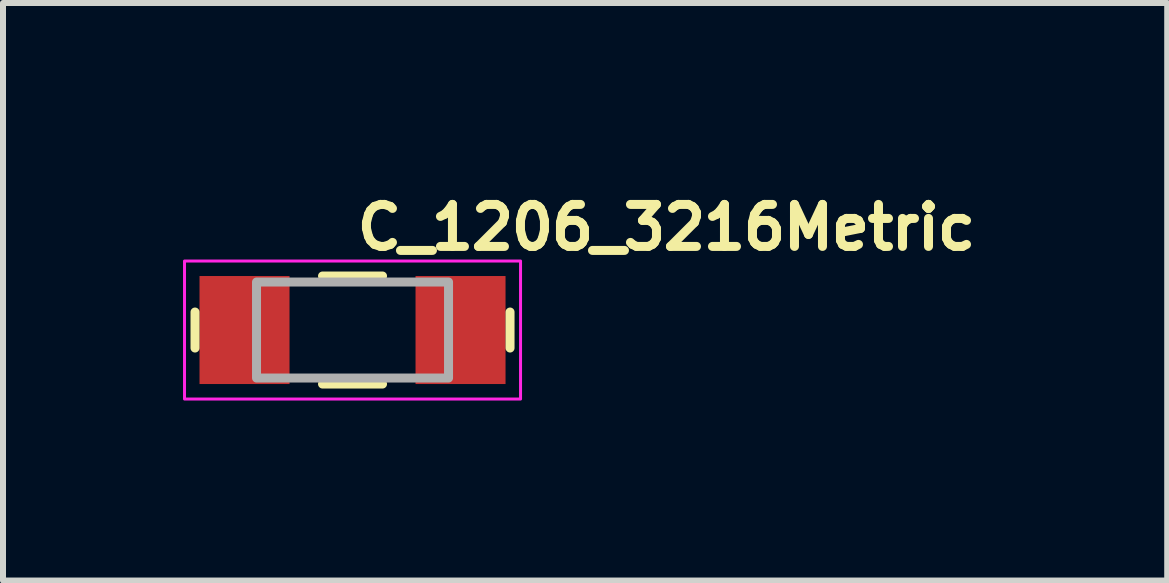
<source format=kicad_pcb>
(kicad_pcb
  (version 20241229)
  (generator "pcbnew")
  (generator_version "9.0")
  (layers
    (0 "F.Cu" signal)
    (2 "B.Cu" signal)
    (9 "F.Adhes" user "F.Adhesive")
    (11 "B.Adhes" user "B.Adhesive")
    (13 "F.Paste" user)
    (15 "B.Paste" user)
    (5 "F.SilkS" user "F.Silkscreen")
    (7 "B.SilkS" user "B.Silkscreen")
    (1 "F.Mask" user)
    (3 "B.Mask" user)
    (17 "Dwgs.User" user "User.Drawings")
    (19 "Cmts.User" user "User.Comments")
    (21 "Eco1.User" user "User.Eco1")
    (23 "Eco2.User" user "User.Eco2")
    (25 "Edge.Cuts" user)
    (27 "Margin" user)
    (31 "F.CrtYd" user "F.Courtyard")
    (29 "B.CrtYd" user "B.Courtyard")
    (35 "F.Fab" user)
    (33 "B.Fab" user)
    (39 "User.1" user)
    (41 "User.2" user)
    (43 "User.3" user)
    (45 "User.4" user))
  (footprint "C_1206_3216Metric"
    (layer "F.Cu")
    (at 2.825 2.45)
    (property "Reference" "C_1206_3216Metric" (at 0 -1.3 0) (layer "F.SilkS") (effects (font (size 0.7 0.7) (thickness 0.15)) (justify left bottom)))
    (attr smd)
    (fp_line (start -2.625 -0.3) (end -2.625 0.3) (stroke (width 0.15) (type solid)) (layer "F.SilkS"))
    (fp_line (start 0.5 -0.9) (end -0.5 -0.9) (stroke (width 0.15) (type solid)) (layer "F.SilkS"))
    (fp_line (start 0.5 0.9) (end -0.5 0.9) (stroke (width 0.15) (type solid)) (layer "F.SilkS"))
    (fp_line (start 2.625 -0.3) (end 2.625 0.3) (stroke (width 0.15) (type solid)) (layer "F.SilkS"))
    (fp_rect (start -2.8 -1.15) (end 2.8 1.15) (stroke (width 0.05) (type solid)) (fill no) (layer "F.CrtYd"))
    (fp_rect (start -1.6 -0.8) (end 1.6 0.8) (stroke (width 0.15) (type solid)) (fill no) (layer "F.Fab"))
    (fp_rect (start -1.6 -0.8) (end 1.6 0.8) (stroke (width 0.1) (type solid)) (fill no) (layer "User.5"))
    (fp_line (start -1.601 -0.779) (end -1.601 -0.777) (stroke (width 0.02) (type solid)) (layer "User.9"))
    (fp_line (start -1.601 -0.779) (end -1.599 -0.78) (stroke (width 0.02) (type solid)) (layer "User.9"))
    (fp_line (start -1.601 -0.777) (end -1.601 -0.779) (stroke (width 0.02) (type solid)) (layer "User.9"))
    (fp_line (start -1.601 -0.777) (end -1.601 -0.776) (stroke (width 0.02) (type solid)) (layer "User.9"))
    (fp_line (start -1.601 -0.776) (end -1.601 -0.777) (stroke (width 0.02) (type solid)) (layer "User.9"))
    (fp_line (start -1.601 -0.776) (end -1.601 -0.774) (stroke (width 0.02) (type solid)) (layer "User.9"))
    (fp_line (start -1.601 -0.774) (end -1.601 -0.776) (stroke (width 0.02) (type solid)) (layer "User.9"))
    (fp_line (start -1.601 -0.774) (end -1.601 -0.773) (stroke (width 0.02) (type solid)) (layer "User.9"))
    (fp_line (start -1.601 -0.773) (end -1.601 -0.774) (stroke (width 0.02) (type solid)) (layer "User.9"))
    (fp_line (start -1.601 -0.773) (end -1.601 -0.772) (stroke (width 0.02) (type solid)) (layer "User.9"))
    (fp_line (start -1.601 -0.772) (end -1.601 -0.773) (stroke (width 0.02) (type solid)) (layer "User.9"))
    (fp_line (start -1.601 0.77) (end -1.601 -0.772) (stroke (width 0.02) (type solid)) (layer "User.9"))
    (fp_line (start -1.601 0.77) (end -1.601 0.771) (stroke (width 0.02) (type solid)) (layer "User.9"))
    (fp_line (start -1.601 0.771) (end -1.601 0.77) (stroke (width 0.02) (type solid)) (layer "User.9"))
    (fp_line (start -1.601 0.771) (end -1.601 0.772) (stroke (width 0.02) (type solid)) (layer "User.9"))
    (fp_line (start -1.601 0.772) (end -1.601 0.771) (stroke (width 0.02) (type solid)) (layer "User.9"))
    (fp_line (start -1.601 0.772) (end -1.601 0.774) (stroke (width 0.02) (type solid)) (layer "User.9"))
    (fp_line (start -1.601 0.774) (end -1.601 0.772) (stroke (width 0.02) (type solid)) (layer "User.9"))
    (fp_line (start -1.601 0.774) (end -1.601 0.775) (stroke (width 0.02) (type solid)) (layer "User.9"))
    (fp_line (start -1.601 0.775) (end -1.601 0.774) (stroke (width 0.02) (type solid)) (layer "User.9"))
    (fp_line (start -1.601 0.775) (end -1.601 0.777) (stroke (width 0.02) (type solid)) (layer "User.9"))
    (fp_line (start -1.601 0.777) (end -1.601 0.775) (stroke (width 0.02) (type solid)) (layer "User.9"))
    (fp_line (start -1.601 0.777) (end -1.599 0.778) (stroke (width 0.02) (type solid)) (layer "User.9"))
    (fp_line (start -1.599 -0.784) (end -1.599 -0.783) (stroke (width 0.02) (type solid)) (layer "User.9"))
    (fp_line (start -1.599 -0.784) (end -1.597 -0.786) (stroke (width 0.02) (type solid)) (layer "User.9"))
    (fp_line (start -1.599 -0.783) (end -1.599 -0.784) (stroke (width 0.02) (type solid)) (layer "User.9"))
    (fp_line (start -1.599 -0.783) (end -1.599 -0.782) (stroke (width 0.02) (type solid)) (layer "User.9"))
    (fp_line (start -1.599 -0.782) (end -1.599 -0.783) (stroke (width 0.02) (type solid)) (layer "User.9"))
    (fp_line (start -1.599 -0.782) (end -1.599 -0.78) (stroke (width 0.02) (type solid)) (layer "User.9"))
    (fp_line (start -1.599 -0.78) (end -1.601 -0.779) (stroke (width 0.02) (type solid)) (layer "User.9"))
    (fp_line (start -1.599 -0.78) (end -1.599 -0.782) (stroke (width 0.02) (type solid)) (layer "User.9"))
    (fp_line (start -1.599 0.778) (end -1.601 0.777) (stroke (width 0.02) (type solid)) (layer "User.9"))
    (fp_line (start -1.599 0.778) (end -1.599 0.78) (stroke (width 0.02) (type solid)) (layer "User.9"))
    (fp_line (start -1.599 0.78) (end -1.599 0.778) (stroke (width 0.02) (type solid)) (layer "User.9"))
    (fp_line (start -1.599 0.78) (end -1.599 0.781) (stroke (width 0.02) (type solid)) (layer "User.9"))
    (fp_line (start -1.599 0.781) (end -1.599 0.78) (stroke (width 0.02) (type solid)) (layer "User.9"))
    (fp_line (start -1.599 0.781) (end -1.599 0.782) (stroke (width 0.02) (type solid)) (layer "User.9"))
    (fp_line (start -1.599 0.782) (end -1.599 0.781) (stroke (width 0.02) (type solid)) (layer "User.9"))
    (fp_line (start -1.599 0.782) (end -1.597 0.784) (stroke (width 0.02) (type solid)) (layer "User.9"))
    (fp_line (start -1.597 -0.787) (end -1.597 -0.786) (stroke (width 0.02) (type solid)) (layer "User.9"))
    (fp_line (start -1.597 -0.787) (end -1.595 -0.788) (stroke (width 0.02) (type solid)) (layer "User.9"))
    (fp_line (start -1.597 -0.786) (end -1.599 -0.784) (stroke (width 0.02) (type solid)) (layer "User.9"))
    (fp_line (start -1.597 -0.786) (end -1.597 -0.787) (stroke (width 0.02) (type solid)) (layer "User.9"))
    (fp_line (start -1.597 0.784) (end -1.599 0.782) (stroke (width 0.02) (type solid)) (layer "User.9"))
    (fp_line (start -1.597 0.784) (end -1.597 0.785) (stroke (width 0.02) (type solid)) (layer "User.9"))
    (fp_line (start -1.597 0.785) (end -1.597 0.784) (stroke (width 0.02) (type solid)) (layer "User.9"))
    (fp_line (start -1.597 0.785) (end -1.595 0.786) (stroke (width 0.02) (type solid)) (layer "User.9"))
    (fp_line (start -1.595 -0.791) (end -1.595 -0.789) (stroke (width 0.02) (type solid)) (layer "User.9"))
    (fp_line (start -1.595 -0.791) (end -1.593 -0.792) (stroke (width 0.02) (type solid)) (layer "User.9"))
    (fp_line (start -1.595 -0.789) (end -1.595 -0.791) (stroke (width 0.02) (type solid)) (layer "User.9"))
    (fp_line (start -1.595 -0.789) (end -1.595 -0.788) (stroke (width 0.02) (type solid)) (layer "User.9"))
    (fp_line (start -1.595 -0.788) (end -1.597 -0.787) (stroke (width 0.02) (type solid)) (layer "User.9"))
    (fp_line (start -1.595 -0.788) (end -1.595 -0.789) (stroke (width 0.02) (type solid)) (layer "User.9"))
    (fp_line (start -1.595 0.786) (end -1.597 0.785) (stroke (width 0.02) (type solid)) (layer "User.9"))
    (fp_line (start -1.595 0.786) (end -1.595 0.787) (stroke (width 0.02) (type solid)) (layer "User.9"))
    (fp_line (start -1.595 0.787) (end -1.595 0.786) (stroke (width 0.02) (type solid)) (layer "User.9"))
    (fp_line (start -1.595 0.787) (end -1.595 0.789) (stroke (width 0.02) (type solid)) (layer "User.9"))
    (fp_line (start -1.595 0.789) (end -1.595 0.787) (stroke (width 0.02) (type solid)) (layer "User.9"))
    (fp_line (start -1.595 0.789) (end -1.593 0.79) (stroke (width 0.02) (type solid)) (layer "User.9"))
    (fp_line (start -1.593 -0.793) (end -1.593 -0.793) (stroke (width 0.02) (type solid)) (layer "User.9"))
    (fp_line (start -1.593 -0.793) (end -1.593 -0.793) (stroke (width 0.02) (type solid)) (layer "User.9"))
    (fp_line (start -1.593 -0.793) (end -1.593 -0.792) (stroke (width 0.02) (type solid)) (layer "User.9"))
    (fp_line (start -1.593 -0.793) (end -1.591 -0.794) (stroke (width 0.02) (type solid)) (layer "User.9"))
    (fp_line (start -1.593 -0.792) (end -1.595 -0.791) (stroke (width 0.02) (type solid)) (layer "User.9"))
    (fp_line (start -1.593 -0.792) (end -1.593 -0.793) (stroke (width 0.02) (type solid)) (layer "User.9"))
    (fp_line (start -1.593 0.79) (end -1.595 0.789) (stroke (width 0.02) (type solid)) (layer "User.9"))
    (fp_line (start -1.593 0.79) (end -1.593 0.791) (stroke (width 0.02) (type solid)) (layer "User.9"))
    (fp_line (start -1.593 0.791) (end -1.593 0.79) (stroke (width 0.02) (type solid)) (layer "User.9"))
    (fp_line (start -1.593 0.791) (end -1.593 0.791) (stroke (width 0.02) (type solid)) (layer "User.9"))
    (fp_line (start -1.593 0.791) (end -1.593 0.791) (stroke (width 0.02) (type solid)) (layer "User.9"))
    (fp_line (start -1.593 0.791) (end -1.591 0.792) (stroke (width 0.02) (type solid)) (layer "User.9"))
    (fp_line (start -1.591 -0.795) (end -1.591 -0.794) (stroke (width 0.02) (type solid)) (layer "User.9"))
    (fp_line (start -1.591 -0.795) (end -1.589 -0.796) (stroke (width 0.02) (type solid)) (layer "User.9"))
    (fp_line (start -1.591 -0.794) (end -1.593 -0.793) (stroke (width 0.02) (type solid)) (layer "User.9"))
    (fp_line (start -1.591 -0.794) (end -1.591 -0.795) (stroke (width 0.02) (type solid)) (layer "User.9"))
    (fp_line (start -1.591 0.792) (end -1.593 0.791) (stroke (width 0.02) (type solid)) (layer "User.9"))
    (fp_line (start -1.591 0.792) (end -1.591 0.793) (stroke (width 0.02) (type solid)) (layer "User.9"))
    (fp_line (start -1.591 0.793) (end -1.591 0.792) (stroke (width 0.02) (type solid)) (layer "User.9"))
    (fp_line (start -1.591 0.793) (end -1.589 0.794) (stroke (width 0.02) (type solid)) (layer "User.9"))
    (fp_line (start -1.589 -0.796) (end -1.591 -0.795) (stroke (width 0.02) (type solid)) (layer "User.9"))
    (fp_line (start -1.589 -0.796) (end -1.587 -0.796) (stroke (width 0.02) (type solid)) (layer "User.9"))
    (fp_line (start -1.589 0.794) (end -1.591 0.793) (stroke (width 0.02) (type solid)) (layer "User.9"))
    (fp_line (start -1.589 0.794) (end -1.587 0.794) (stroke (width 0.02) (type solid)) (layer "User.9"))
    (fp_line (start -1.587 -0.797) (end -1.587 -0.796) (stroke (width 0.02) (type solid)) (layer "User.9"))
    (fp_line (start -1.587 -0.797) (end -1.585 -0.798) (stroke (width 0.02) (type solid)) (layer "User.9"))
    (fp_line (start -1.587 -0.796) (end -1.589 -0.796) (stroke (width 0.02) (type solid)) (layer "User.9"))
    (fp_line (start -1.587 -0.796) (end -1.587 -0.797) (stroke (width 0.02) (type solid)) (layer "User.9"))
    (fp_line (start -1.587 0.794) (end -1.589 0.794) (stroke (width 0.02) (type solid)) (layer "User.9"))
    (fp_line (start -1.587 0.794) (end -1.587 0.795) (stroke (width 0.02) (type solid)) (layer "User.9"))
    (fp_line (start -1.587 0.795) (end -1.587 0.794) (stroke (width 0.02) (type solid)) (layer "User.9"))
    (fp_line (start -1.587 0.795) (end -1.585 0.796) (stroke (width 0.02) (type solid)) (layer "User.9"))
    (fp_line (start -1.585 -0.798) (end -1.587 -0.797) (stroke (width 0.02) (type solid)) (layer "User.9"))
    (fp_line (start -1.585 -0.798) (end -1.583 -0.799) (stroke (width 0.02) (type solid)) (layer "User.9"))
    (fp_line (start -1.585 0.796) (end -1.587 0.795) (stroke (width 0.02) (type solid)) (layer "User.9"))
    (fp_line (start -1.585 0.796) (end -1.583 0.797) (stroke (width 0.02) (type solid)) (layer "User.9"))
    (fp_line (start -1.583 -0.799) (end -1.585 -0.798) (stroke (width 0.02) (type solid)) (layer "User.9"))
    (fp_line (start -1.583 -0.799) (end -1.583 -0.799) (stroke (width 0.02) (type solid)) (layer "User.9"))
    (fp_line (start -1.583 -0.799) (end -1.583 -0.799) (stroke (width 0.02) (type solid)) (layer "User.9"))
    (fp_line (start -1.583 -0.799) (end -1.581 -0.8) (stroke (width 0.02) (type solid)) (layer "User.9"))
    (fp_line (start -1.583 0.797) (end -1.585 0.796) (stroke (width 0.02) (type solid)) (layer "User.9"))
    (fp_line (start -1.583 0.797) (end -1.583 0.797) (stroke (width 0.02) (type solid)) (layer "User.9"))
    (fp_line (start -1.583 0.797) (end -1.583 0.797) (stroke (width 0.02) (type solid)) (layer "User.9"))
    (fp_line (start -1.583 0.797) (end -1.581 0.798) (stroke (width 0.02) (type solid)) (layer "User.9"))
    (fp_line (start -1.581 -0.8) (end -1.583 -0.799) (stroke (width 0.02) (type solid)) (layer "User.9"))
    (fp_line (start -1.581 -0.8) (end -1.579 -0.8) (stroke (width 0.02) (type solid)) (layer "User.9"))
    (fp_line (start -1.581 0.798) (end -1.583 0.797) (stroke (width 0.02) (type solid)) (layer "User.9"))
    (fp_line (start -1.581 0.798) (end -1.579 0.798) (stroke (width 0.02) (type solid)) (layer "User.9"))
    (fp_line (start -1.579 -0.801) (end -1.579 -0.8) (stroke (width 0.02) (type solid)) (layer "User.9"))
    (fp_line (start -1.579 -0.801) (end -1.577 -0.801) (stroke (width 0.02) (type solid)) (layer "User.9"))
    (fp_line (start -1.579 -0.8) (end -1.581 -0.8) (stroke (width 0.02) (type solid)) (layer "User.9"))
    (fp_line (start -1.579 -0.8) (end -1.579 -0.801) (stroke (width 0.02) (type solid)) (layer "User.9"))
    (fp_line (start -1.579 0.798) (end -1.581 0.798) (stroke (width 0.02) (type solid)) (layer "User.9"))
    (fp_line (start -1.579 0.798) (end -1.579 0.799) (stroke (width 0.02) (type solid)) (layer "User.9"))
    (fp_line (start -1.579 0.799) (end -1.579 0.798) (stroke (width 0.02) (type solid)) (layer "User.9"))
    (fp_line (start -1.579 0.799) (end -1.577 0.799) (stroke (width 0.02) (type solid)) (layer "User.9"))
    (fp_line (start -1.577 -0.801) (end -1.579 -0.801) (stroke (width 0.02) (type solid)) (layer "User.9"))
    (fp_line (start -1.577 -0.801) (end -1.575 -0.801) (stroke (width 0.02) (type solid)) (layer "User.9"))
    (fp_line (start -1.577 0.799) (end -1.579 0.799) (stroke (width 0.02) (type solid)) (layer "User.9"))
    (fp_line (start -1.577 0.799) (end -1.575 0.799) (stroke (width 0.02) (type solid)) (layer "User.9"))
    (fp_line (start -1.575 -0.801) (end -1.577 -0.801) (stroke (width 0.02) (type solid)) (layer "User.9"))
    (fp_line (start -1.575 -0.801) (end -1.573 -0.801) (stroke (width 0.02) (type solid)) (layer "User.9"))
    (fp_line (start -1.575 0.799) (end -1.577 0.799) (stroke (width 0.02) (type solid)) (layer "User.9"))
    (fp_line (start -1.575 0.799) (end -1.573 0.799) (stroke (width 0.02) (type solid)) (layer "User.9"))
    (fp_line (start -1.573 -0.801) (end -1.575 -0.801) (stroke (width 0.02) (type solid)) (layer "User.9"))
    (fp_line (start -1.573 -0.801) (end -1.573 -0.801) (stroke (width 0.02) (type solid)) (layer "User.9"))
    (fp_line (start -1.573 -0.801) (end -1.573 -0.801) (stroke (width 0.02) (type solid)) (layer "User.9"))
    (fp_line (start -1.573 -0.801) (end -1.571 -0.802) (stroke (width 0.02) (type solid)) (layer "User.9"))
    (fp_line (start -1.573 0.799) (end -1.575 0.799) (stroke (width 0.02) (type solid)) (layer "User.9"))
    (fp_line (start -1.573 0.799) (end -1.573 0.799) (stroke (width 0.02) (type solid)) (layer "User.9"))
    (fp_line (start -1.573 0.799) (end -1.573 0.799) (stroke (width 0.02) (type solid)) (layer "User.9"))
    (fp_line (start -1.573 0.799) (end -1.571 0.8) (stroke (width 0.02) (type solid)) (layer "User.9"))
    (fp_line (start -1.571 -0.802) (end -1.573 -0.801) (stroke (width 0.02) (type solid)) (layer "User.9"))
    (fp_line (start -1.571 -0.802) (end -1.101 -0.802) (stroke (width 0.02) (type solid)) (layer "User.9"))
    (fp_line (start -1.571 0.8) (end -1.573 0.799) (stroke (width 0.02) (type solid)) (layer "User.9"))
    (fp_line (start -1.101 -0.802) (end -1.101 -0.772) (stroke (width 0.02) (type solid)) (layer "User.9"))
    (fp_line (start -1.101 -0.772) (end 1.1 -0.772) (stroke (width 0.02) (type solid)) (layer "User.9"))
    (fp_line (start -1.101 0.77) (end -1.101 -0.772) (stroke (width 0.02) (type solid)) (layer "User.9"))
    (fp_line (start -1.101 0.77) (end -1.101 0.8) (stroke (width 0.02) (type solid)) (layer "User.9"))
    (fp_line (start -1.101 0.8) (end -1.571 0.8) (stroke (width 0.02) (type solid)) (layer "User.9"))
    (fp_line (start 1.1 -0.802) (end 1.57 -0.802) (stroke (width 0.02) (type solid)) (layer "User.9"))
    (fp_line (start 1.1 -0.772) (end 1.1 -0.802) (stroke (width 0.02) (type solid)) (layer "User.9"))
    (fp_line (start 1.1 -0.772) (end 1.1 0.77) (stroke (width 0.02) (type solid)) (layer "User.9"))
    (fp_line (start 1.1 0.77) (end -1.101 0.77) (stroke (width 0.02) (type solid)) (layer "User.9"))
    (fp_line (start 1.1 0.8) (end 1.1 0.77) (stroke (width 0.02) (type solid)) (layer "User.9"))
    (fp_line (start 1.57 -0.801) (end 1.57 -0.802) (stroke (width 0.02) (type solid)) (layer "User.9"))
    (fp_line (start 1.57 0.799) (end 1.57 0.8) (stroke (width 0.02) (type solid)) (layer "User.9"))
    (fp_line (start 1.57 0.8) (end 1.1 0.8) (stroke (width 0.02) (type solid)) (layer "User.9"))
    (fp_line (start 1.572 -0.801) (end 1.57 -0.801) (stroke (width 0.02) (type solid)) (layer "User.9"))
    (fp_line (start 1.572 0.799) (end 1.57 0.799) (stroke (width 0.02) (type solid)) (layer "User.9"))
    (fp_line (start 1.574 -0.801) (end 1.572 -0.801) (stroke (width 0.02) (type solid)) (layer "User.9"))
    (fp_line (start 1.574 -0.801) (end 1.574 -0.801) (stroke (width 0.02) (type solid)) (layer "User.9"))
    (fp_line (start 1.574 0.799) (end 1.572 0.799) (stroke (width 0.02) (type solid)) (layer "User.9"))
    (fp_line (start 1.574 0.799) (end 1.574 0.799) (stroke (width 0.02) (type solid)) (layer "User.9"))
    (fp_line (start 1.576 -0.801) (end 1.574 -0.801) (stroke (width 0.02) (type solid)) (layer "User.9"))
    (fp_line (start 1.576 0.799) (end 1.574 0.799) (stroke (width 0.02) (type solid)) (layer "User.9"))
    (fp_line (start 1.578 -0.8) (end 1.576 -0.801) (stroke (width 0.02) (type solid)) (layer "User.9"))
    (fp_line (start 1.578 0.798) (end 1.576 0.799) (stroke (width 0.02) (type solid)) (layer "User.9"))
    (fp_line (start 1.58 -0.8) (end 1.578 -0.8) (stroke (width 0.02) (type solid)) (layer "User.9"))
    (fp_line (start 1.58 -0.799) (end 1.58 -0.8) (stroke (width 0.02) (type solid)) (layer "User.9"))
    (fp_line (start 1.58 0.797) (end 1.58 0.798) (stroke (width 0.02) (type solid)) (layer "User.9"))
    (fp_line (start 1.58 0.798) (end 1.578 0.798) (stroke (width 0.02) (type solid)) (layer "User.9"))
    (fp_line (start 1.582 -0.799) (end 1.58 -0.799) (stroke (width 0.02) (type solid)) (layer "User.9"))
    (fp_line (start 1.582 0.797) (end 1.58 0.797) (stroke (width 0.02) (type solid)) (layer "User.9"))
    (fp_line (start 1.584 -0.798) (end 1.582 -0.799) (stroke (width 0.02) (type solid)) (layer "User.9"))
    (fp_line (start 1.584 -0.797) (end 1.584 -0.798) (stroke (width 0.02) (type solid)) (layer "User.9"))
    (fp_line (start 1.584 0.795) (end 1.584 0.796) (stroke (width 0.02) (type solid)) (layer "User.9"))
    (fp_line (start 1.584 0.796) (end 1.582 0.797) (stroke (width 0.02) (type solid)) (layer "User.9"))
    (fp_line (start 1.586 -0.796) (end 1.584 -0.797) (stroke (width 0.02) (type solid)) (layer "User.9"))
    (fp_line (start 1.586 -0.796) (end 1.586 -0.796) (stroke (width 0.02) (type solid)) (layer "User.9"))
    (fp_line (start 1.586 0.794) (end 1.584 0.795) (stroke (width 0.02) (type solid)) (layer "User.9"))
    (fp_line (start 1.586 0.794) (end 1.586 0.794) (stroke (width 0.02) (type solid)) (layer "User.9"))
    (fp_line (start 1.588 -0.795) (end 1.586 -0.796) (stroke (width 0.02) (type solid)) (layer "User.9"))
    (fp_line (start 1.588 0.793) (end 1.586 0.794) (stroke (width 0.02) (type solid)) (layer "User.9"))
    (fp_line (start 1.59 -0.794) (end 1.588 -0.795) (stroke (width 0.02) (type solid)) (layer "User.9"))
    (fp_line (start 1.59 -0.793) (end 1.59 -0.794) (stroke (width 0.02) (type solid)) (layer "User.9"))
    (fp_line (start 1.59 -0.793) (end 1.59 -0.793) (stroke (width 0.02) (type solid)) (layer "User.9"))
    (fp_line (start 1.59 0.791) (end 1.59 0.791) (stroke (width 0.02) (type solid)) (layer "User.9"))
    (fp_line (start 1.59 0.791) (end 1.59 0.792) (stroke (width 0.02) (type solid)) (layer "User.9"))
    (fp_line (start 1.59 0.792) (end 1.588 0.793) (stroke (width 0.02) (type solid)) (layer "User.9"))
    (fp_line (start 1.592 -0.792) (end 1.59 -0.793) (stroke (width 0.02) (type solid)) (layer "User.9"))
    (fp_line (start 1.592 -0.791) (end 1.592 -0.792) (stroke (width 0.02) (type solid)) (layer "User.9"))
    (fp_line (start 1.592 0.789) (end 1.592 0.79) (stroke (width 0.02) (type solid)) (layer "User.9"))
    (fp_line (start 1.592 0.79) (end 1.59 0.791) (stroke (width 0.02) (type solid)) (layer "User.9"))
    (fp_line (start 1.594 -0.789) (end 1.592 -0.791) (stroke (width 0.02) (type solid)) (layer "User.9"))
    (fp_line (start 1.594 -0.788) (end 1.594 -0.789) (stroke (width 0.02) (type solid)) (layer "User.9"))
    (fp_line (start 1.594 -0.787) (end 1.594 -0.788) (stroke (width 0.02) (type solid)) (layer "User.9"))
    (fp_line (start 1.594 0.785) (end 1.594 0.786) (stroke (width 0.02) (type solid)) (layer "User.9"))
    (fp_line (start 1.594 0.786) (end 1.594 0.787) (stroke (width 0.02) (type solid)) (layer "User.9"))
    (fp_line (start 1.594 0.787) (end 1.592 0.789) (stroke (width 0.02) (type solid)) (layer "User.9"))
    (fp_line (start 1.596 -0.786) (end 1.594 -0.787) (stroke (width 0.02) (type solid)) (layer "User.9"))
    (fp_line (start 1.596 -0.784) (end 1.596 -0.786) (stroke (width 0.02) (type solid)) (layer "User.9"))
    (fp_line (start 1.596 -0.783) (end 1.596 -0.784) (stroke (width 0.02) (type solid)) (layer "User.9"))
    (fp_line (start 1.596 0.781) (end 1.596 0.782) (stroke (width 0.02) (type solid)) (layer "User.9"))
    (fp_line (start 1.596 0.782) (end 1.596 0.784) (stroke (width 0.02) (type solid)) (layer "User.9"))
    (fp_line (start 1.596 0.784) (end 1.594 0.785) (stroke (width 0.02) (type solid)) (layer "User.9"))
    (fp_line (start 1.598 -0.782) (end 1.596 -0.783) (stroke (width 0.02) (type solid)) (layer "User.9"))
    (fp_line (start 1.598 -0.78) (end 1.598 -0.782) (stroke (width 0.02) (type solid)) (layer "User.9"))
    (fp_line (start 1.598 -0.779) (end 1.598 -0.78) (stroke (width 0.02) (type solid)) (layer "User.9"))
    (fp_line (start 1.598 -0.777) (end 1.598 -0.779) (stroke (width 0.02) (type solid)) (layer "User.9"))
    (fp_line (start 1.598 -0.776) (end 1.598 -0.777) (stroke (width 0.02) (type solid)) (layer "User.9"))
    (fp_line (start 1.598 -0.774) (end 1.598 -0.776) (stroke (width 0.02) (type solid)) (layer "User.9"))
    (fp_line (start 1.598 -0.773) (end 1.598 -0.774) (stroke (width 0.02) (type solid)) (layer "User.9"))
    (fp_line (start 1.598 0.771) (end 1.598 0.772) (stroke (width 0.02) (type solid)) (layer "User.9"))
    (fp_line (start 1.598 0.772) (end 1.598 0.774) (stroke (width 0.02) (type solid)) (layer "User.9"))
    (fp_line (start 1.598 0.774) (end 1.598 0.775) (stroke (width 0.02) (type solid)) (layer "User.9"))
    (fp_line (start 1.598 0.775) (end 1.598 0.777) (stroke (width 0.02) (type solid)) (layer "User.9"))
    (fp_line (start 1.598 0.777) (end 1.598 0.778) (stroke (width 0.02) (type solid)) (layer "User.9"))
    (fp_line (start 1.598 0.778) (end 1.598 0.78) (stroke (width 0.02) (type solid)) (layer "User.9"))
    (fp_line (start 1.598 0.78) (end 1.596 0.781) (stroke (width 0.02) (type solid)) (layer "User.9"))
    (fp_line (start 1.6 -0.772) (end 1.598 -0.773) (stroke (width 0.02) (type solid)) (layer "User.9"))
    (fp_line (start 1.6 -0.772) (end 1.6 0.77) (stroke (width 0.02) (type solid)) (layer "User.9"))
    (fp_line (start 1.6 0.77) (end 1.598 0.771) (stroke (width 0.02) (type solid)) (layer "User.9"))
    (pad "1" smd rect (at -1.8 0) (size 1.5 1.8) (layers "F.Cu" "F.Mask" "F.Paste"))
    (pad "2" smd rect (at 1.8 0) (size 1.5 1.8) (layers "F.Cu" "F.Mask" "F.Paste")))
  (gr_rect
    (start -3 -3)
    (end 16.402 6.625)
    (stroke (width 0.1) (type default))
    (fill no)
    (layer "Edge.Cuts")))
</source>
